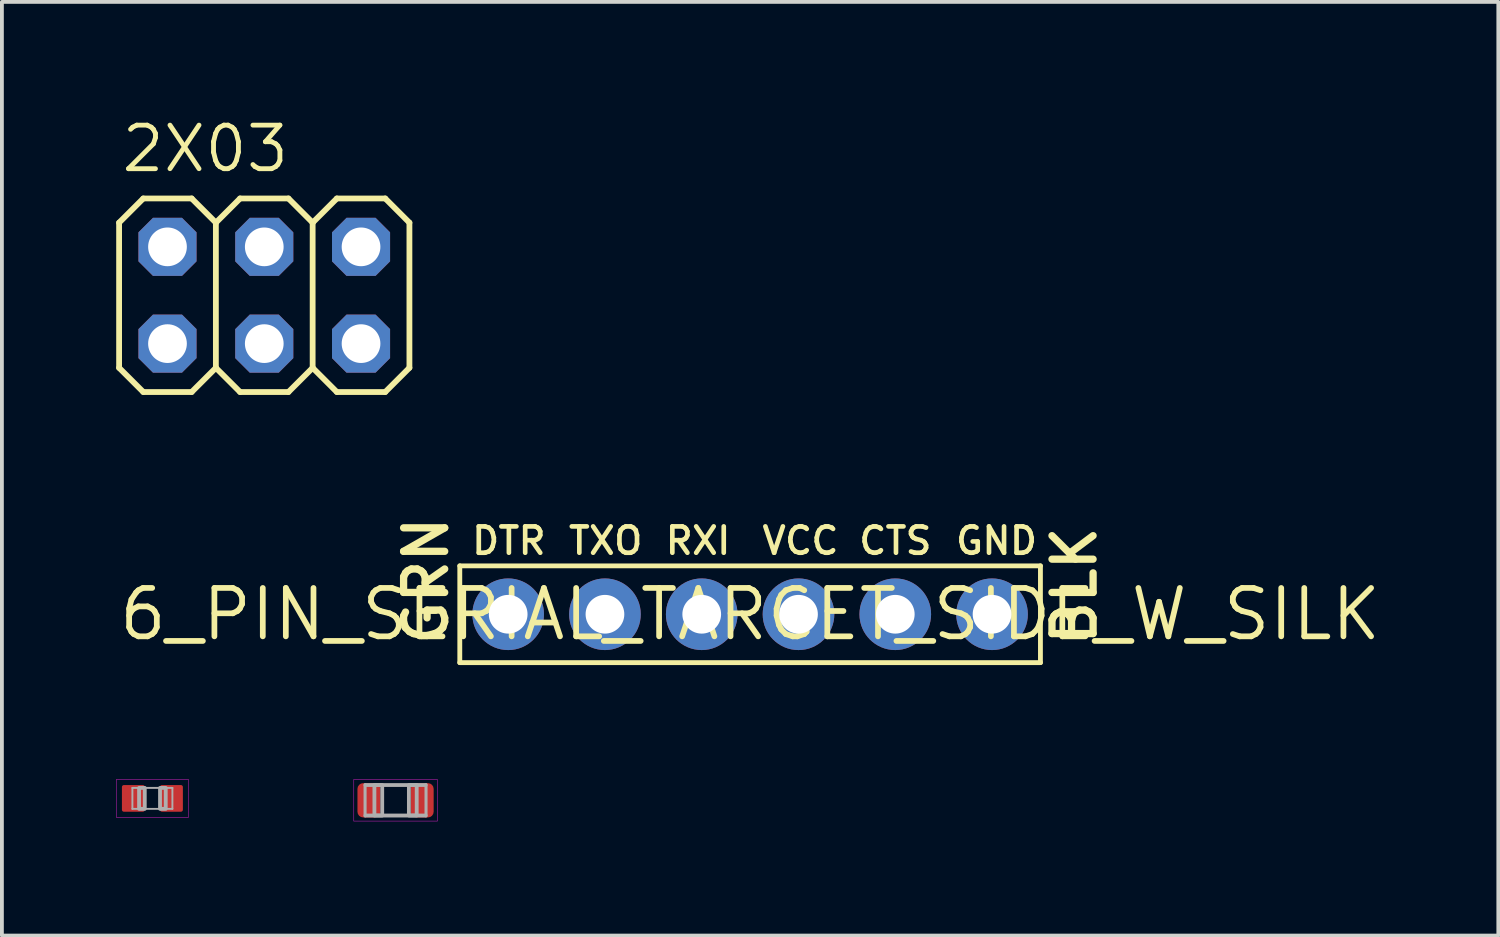
<source format=kicad_pcb>
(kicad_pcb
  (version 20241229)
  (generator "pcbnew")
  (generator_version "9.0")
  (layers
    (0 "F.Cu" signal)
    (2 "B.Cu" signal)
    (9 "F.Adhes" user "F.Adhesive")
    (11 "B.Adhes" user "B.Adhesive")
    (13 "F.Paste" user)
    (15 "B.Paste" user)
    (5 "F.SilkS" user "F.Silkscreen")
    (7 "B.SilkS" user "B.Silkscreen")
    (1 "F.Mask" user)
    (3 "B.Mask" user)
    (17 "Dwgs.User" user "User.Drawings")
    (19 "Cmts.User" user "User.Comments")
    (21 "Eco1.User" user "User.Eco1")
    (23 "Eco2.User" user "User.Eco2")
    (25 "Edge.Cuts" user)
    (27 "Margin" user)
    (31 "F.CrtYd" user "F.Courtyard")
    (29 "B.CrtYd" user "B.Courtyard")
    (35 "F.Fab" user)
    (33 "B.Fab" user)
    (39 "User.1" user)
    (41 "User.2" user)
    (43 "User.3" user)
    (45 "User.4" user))
  (footprint "2X03"
    (layer "F.Cu")
    (at 3.886 4.699)
    (property "Reference" "2X03" (at -3.81 -3.175 0) (layer "F.SilkS") (effects (font (size 1.143 1.143) (thickness 0.127)) (justify left bottom)))
    (fp_line (start -3.81 -1.905) (end -3.175 -2.54) (stroke (width 0.152) (type solid)) (layer "F.SilkS"))
    (fp_line (start -3.81 1.905) (end -3.81 -1.905) (stroke (width 0.152) (type solid)) (layer "F.SilkS"))
    (fp_line (start -3.81 1.905) (end -3.175 2.54) (stroke (width 0.152) (type solid)) (layer "F.SilkS"))
    (fp_line (start -3.175 -2.54) (end -1.905 -2.54) (stroke (width 0.152) (type solid)) (layer "F.SilkS"))
    (fp_line (start -3.175 2.54) (end -1.905 2.54) (stroke (width 0.152) (type solid)) (layer "F.SilkS"))
    (fp_line (start -1.905 -2.54) (end -1.27 -1.905) (stroke (width 0.152) (type solid)) (layer "F.SilkS"))
    (fp_line (start -1.905 2.54) (end -1.27 1.905) (stroke (width 0.152) (type solid)) (layer "F.SilkS"))
    (fp_line (start -1.27 -1.905) (end -1.27 1.905) (stroke (width 0.152) (type solid)) (layer "F.SilkS"))
    (fp_line (start -1.27 -1.905) (end -0.635 -2.54) (stroke (width 0.152) (type solid)) (layer "F.SilkS"))
    (fp_line (start -1.27 1.905) (end -0.635 2.54) (stroke (width 0.152) (type solid)) (layer "F.SilkS"))
    (fp_line (start -0.635 -2.54) (end 0.635 -2.54) (stroke (width 0.152) (type solid)) (layer "F.SilkS"))
    (fp_line (start -0.635 2.54) (end 0.635 2.54) (stroke (width 0.152) (type solid)) (layer "F.SilkS"))
    (fp_line (start 0.635 -2.54) (end 1.27 -1.905) (stroke (width 0.152) (type solid)) (layer "F.SilkS"))
    (fp_line (start 0.635 2.54) (end 1.27 1.905) (stroke (width 0.152) (type solid)) (layer "F.SilkS"))
    (fp_line (start 1.27 -1.905) (end 1.27 1.905) (stroke (width 0.152) (type solid)) (layer "F.SilkS"))
    (fp_line (start 1.27 -1.905) (end 1.905 -2.54) (stroke (width 0.152) (type solid)) (layer "F.SilkS"))
    (fp_line (start 1.27 1.905) (end 1.905 2.54) (stroke (width 0.152) (type solid)) (layer "F.SilkS"))
    (fp_line (start 1.905 -2.54) (end 3.175 -2.54) (stroke (width 0.152) (type solid)) (layer "F.SilkS"))
    (fp_line (start 1.905 2.54) (end 3.175 2.54) (stroke (width 0.152) (type solid)) (layer "F.SilkS"))
    (fp_line (start 3.175 -2.54) (end 3.81 -1.905) (stroke (width 0.152) (type solid)) (layer "F.SilkS"))
    (fp_line (start 3.175 2.54) (end 3.81 1.905) (stroke (width 0.152) (type solid)) (layer "F.SilkS"))
    (fp_line (start 3.81 -1.905) (end 3.81 1.905) (stroke (width 0.152) (type solid)) (layer "F.SilkS"))
    (fp_poly (pts (xy -2.794 -1.016) (xy -2.286 -1.016) (xy -2.286 -1.524) (xy -2.794 -1.524)) (stroke (width 0.1) (type solid)) (fill no) (layer "F.Fab"))
    (fp_poly (pts (xy -2.794 1.524) (xy -2.286 1.524) (xy -2.286 1.016) (xy -2.794 1.016)) (stroke (width 0.1) (type solid)) (fill no) (layer "F.Fab"))
    (fp_poly (pts (xy -0.254 -1.016) (xy 0.254 -1.016) (xy 0.254 -1.524) (xy -0.254 -1.524)) (stroke (width 0.1) (type solid)) (fill no) (layer "F.Fab"))
    (fp_poly (pts (xy -0.254 1.524) (xy 0.254 1.524) (xy 0.254 1.016) (xy -0.254 1.016)) (stroke (width 0.1) (type solid)) (fill no) (layer "F.Fab"))
    (fp_poly (pts (xy 2.286 -1.016) (xy 2.794 -1.016) (xy 2.794 -1.524) (xy 2.286 -1.524)) (stroke (width 0.1) (type solid)) (fill no) (layer "F.Fab"))
    (fp_poly (pts (xy 2.286 1.524) (xy 2.794 1.524) (xy 2.794 1.016) (xy 2.286 1.016)) (stroke (width 0.1) (type solid)) (fill no) (layer "F.Fab"))
    (pad "1" thru_hole roundrect (at -2.54 1.27) (size 1.524 1.524) (drill 1.016) (layers "*.Cu" "*.Mask") (roundrect_rratio 0.25) (chamfer_ratio 0.25) (chamfer top_left top_right bottom_left bottom_right))
    (pad "2" thru_hole roundrect (at -2.54 -1.27) (size 1.524 1.524) (drill 1.016) (layers "*.Cu" "*.Mask") (roundrect_rratio 0.25) (chamfer_ratio 0.25) (chamfer top_left top_right bottom_left bottom_right))
    (pad "3" thru_hole roundrect (at 0 1.27) (size 1.524 1.524) (drill 1.016) (layers "*.Cu" "*.Mask") (roundrect_rratio 0.25) (chamfer_ratio 0.25) (chamfer top_left top_right bottom_left bottom_right))
    (pad "4" thru_hole roundrect (at 0 -1.27) (size 1.524 1.524) (drill 1.016) (layers "*.Cu" "*.Mask") (roundrect_rratio 0.25) (chamfer_ratio 0.25) (chamfer top_left top_right bottom_left bottom_right))
    (pad "5" thru_hole roundrect (at 2.54 1.27) (size 1.524 1.524) (drill 1.016) (layers "*.Cu" "*.Mask") (roundrect_rratio 0.25) (chamfer_ratio 0.25) (chamfer top_left top_right bottom_left bottom_right))
    (pad "6" thru_hole roundrect (at 2.54 -1.27) (size 1.524 1.524) (drill 1.016) (layers "*.Cu" "*.Mask") (roundrect_rratio 0.25) (chamfer_ratio 0.25) (chamfer top_left top_right bottom_left bottom_right)))
  (footprint ".0603-C-NOSILK"
    (layer "F.Cu")
    (at 7.332 17.955)
    (property "Reference" ".0603-C-NOSILK" (at 0 0 0) (layer "F.Mask") (effects (font (size 0.255 0.255) (thickness 0.045)) (justify left bottom)))
    (fp_line (start -0.845 -0.295) (end -0.845 0.295) (stroke (width 0.43) (type solid)) (layer "F.Mask"))
    (fp_line (start -0.8 0.41) (end -0.8 -0.41) (stroke (width 0.08) (type solid)) (layer "F.Mask"))
    (fp_line (start -0.79 -0.4) (end 0.79 -0.4) (stroke (width 0.1) (type solid)) (layer "F.Mask"))
    (fp_line (start -0.555 -0.295) (end -0.845 -0.295) (stroke (width 0.43) (type solid)) (layer "F.Mask"))
    (fp_line (start -0.555 -0.295) (end -0.555 0.295) (stroke (width 0.43) (type solid)) (layer "F.Mask"))
    (fp_line (start -0.555 0.295) (end -0.845 0.295) (stroke (width 0.43) (type solid)) (layer "F.Mask"))
    (fp_line (start 0.555 -0.295) (end 0.555 0.295) (stroke (width 0.43) (type solid)) (layer "F.Mask"))
    (fp_line (start 0.79 0.4) (end -0.79 0.4) (stroke (width 0.1) (type solid)) (layer "F.Mask"))
    (fp_line (start 0.8 -0.41) (end 0.8 0.41) (stroke (width 0.08) (type solid)) (layer "F.Mask"))
    (fp_line (start 0.845 -0.295) (end 0.555 -0.295) (stroke (width 0.43) (type solid)) (layer "F.Mask"))
    (fp_line (start 0.845 -0.295) (end 0.845 0.295) (stroke (width 0.43) (type solid)) (layer "F.Mask"))
    (fp_line (start 0.845 0.295) (end 0.555 0.295) (stroke (width 0.43) (type solid)) (layer "F.Mask"))
    (fp_line (start -1.095 -0.545) (end -1.095 0.545) (stroke (width 0.01) (type solid)) (layer "F.CrtYd"))
    (fp_line (start -1.095 0.545) (end 1.095 0.545) (stroke (width 0.01) (type solid)) (layer "F.CrtYd"))
    (fp_line (start 1.095 -0.545) (end -1.095 -0.545) (stroke (width 0.01) (type solid)) (layer "F.CrtYd"))
    (fp_line (start 1.095 0.545) (end 1.095 -0.545) (stroke (width 0.01) (type solid)) (layer "F.CrtYd"))
    (fp_line (start -0.8 0.41) (end -0.8 -0.41) (stroke (width 0.08) (type solid)) (layer "F.Fab"))
    (fp_line (start -0.79 -0.4) (end 0.79 -0.4) (stroke (width 0.1) (type solid)) (layer "F.Fab"))
    (fp_line (start 0.79 0.4) (end -0.79 0.4) (stroke (width 0.1) (type solid)) (layer "F.Fab"))
    (fp_line (start 0.8 -0.41) (end 0.8 0.41) (stroke (width 0.08) (type solid)) (layer "F.Fab"))
    (fp_poly (pts (xy -0.555 0.4) (xy -0.35 0.4) (xy -0.35 -0.4) (xy -0.555 -0.4)) (stroke (width 0.1) (type solid)) (fill no) (layer "F.Fab"))
    (fp_poly (pts (xy 0.35 0.4) (xy 0.555 0.4) (xy 0.555 -0.4) (xy 0.35 -0.4)) (stroke (width 0.1) (type solid)) (fill no) (layer "F.Fab"))
    (pad "1" smd roundrect (at -0.7 0) (size 0.6 0.9) (layers "F.Cu" "F.Paste") (roundrect_rratio 0.25))
    (pad "2" smd roundrect (at 0.7 0) (size 0.6 0.9) (layers "F.Cu" "F.Paste") (roundrect_rratio 0.25)))
  (footprint "6_PIN_SERIAL_TARGET_SIDE_W_SILK"
    (layer "F.Cu")
    (at 16.638 13.072)
    (property "Reference" "6_PIN_SERIAL_TARGET_SIDE_W_SILK" (at 0 0 0) (layer "F.SilkS") (effects (font (size 1.27 1.27) (thickness 0.15))))
    (fp_line (start -7.62 -1.27) (end 7.62 -1.27) (stroke (width 0.127) (type solid)) (layer "F.SilkS"))
    (fp_line (start -7.62 1.27) (end -7.62 -1.27) (stroke (width 0.127) (type solid)) (layer "F.SilkS"))
    (fp_line (start 7.62 -1.27) (end 7.62 1.27) (stroke (width 0.127) (type solid)) (layer "F.SilkS"))
    (fp_line (start 7.62 1.27) (end -7.62 1.27) (stroke (width 0.127) (type solid)) (layer "F.SilkS"))
    (fp_text user "CTS" (at 2.794 -1.524 0) (layer "F.SilkS") (effects (font (size 0.691 0.691) (thickness 0.122)) (justify left bottom)))
    (fp_text user "TXO" (at -4.826 -1.524 0) (layer "F.SilkS") (effects (font (size 0.691 0.691) (thickness 0.122)) (justify left bottom)))
    (fp_text user "RXI" (at -2.286 -1.524 0) (layer "F.SilkS") (effects (font (size 0.691 0.691) (thickness 0.122)) (justify left bottom)))
    (fp_text user "DTR" (at -7.366 -1.524 0) (layer "F.SilkS") (effects (font (size 0.691 0.691) (thickness 0.122)) (justify left bottom)))
    (fp_text user "GND" (at 5.334 -1.524 0) (layer "F.SilkS") (effects (font (size 0.691 0.691) (thickness 0.122)) (justify left bottom)))
    (fp_text user "GRN" (at -7.874 0.889 90) (layer "F.SilkS") (effects (font (size 1.079 1.079) (thickness 0.191)) (justify left bottom)))
    (fp_text user "BLK" (at 9.144 0.889 90) (layer "F.SilkS") (effects (font (size 1.079 1.079) (thickness 0.191)) (justify left bottom)))
    (fp_text user "VCC" (at 0.254 -1.524 0) (layer "F.SilkS") (effects (font (size 0.691 0.691) (thickness 0.122)) (justify left bottom)))
    (pad "P$1" thru_hole circle (at -6.35 0) (size 1.88 1.88) (drill 1.016) (layers "*.Cu" "*.Mask"))
    (pad "P$2" thru_hole circle (at -3.81 0) (size 1.88 1.88) (drill 1.016) (layers "*.Cu" "*.Mask"))
    (pad "P$3" thru_hole circle (at -1.27 0) (size 1.88 1.88) (drill 1.016) (layers "*.Cu" "*.Mask"))
    (pad "P$4" thru_hole circle (at 1.27 0) (size 1.88 1.88) (drill 1.016) (layers "*.Cu" "*.Mask"))
    (pad "P$5" thru_hole circle (at 3.81 0) (size 1.88 1.88) (drill 1.016) (layers "*.Cu" "*.Mask"))
    (pad "P$6" thru_hole circle (at 6.35 0) (size 1.88 1.88) (drill 1.016) (layers "*.Cu" "*.Mask")))
  (footprint ".0402-B-NOSILK"
    (layer "F.Cu")
    (at 0.95 17.905)
    (property "Reference" ".0402-B-NOSILK" (at 0 0 0) (layer "F.Mask") (effects (font (size 0.17 0.17) (thickness 0.03)) (justify left bottom)))
    (fp_line (start -0.525 -0.275) (end 0.525 -0.275) (stroke (width 0.05) (type solid)) (layer "F.Mask"))
    (fp_line (start -0.525 0.275) (end -0.525 -0.275) (stroke (width 0.05) (type solid)) (layer "F.Mask"))
    (fp_line (start 0.525 -0.275) (end 0.525 0.275) (stroke (width 0.05) (type solid)) (layer "F.Mask"))
    (fp_line (start 0.525 0.275) (end -0.525 0.275) (stroke (width 0.05) (type solid)) (layer "F.Mask"))
    (fp_poly (pts (xy -0.86 0.41) (xy -0.14 0.41) (xy -0.14 -0.41) (xy -0.86 -0.41)) (stroke (width 0.1) (type solid)) (fill no) (layer "F.Mask"))
    (fp_poly (pts (xy 0.14 0.41) (xy 0.86 0.41) (xy 0.86 -0.41) (xy 0.14 -0.41)) (stroke (width 0.1) (type solid)) (fill no) (layer "F.Mask"))
    (fp_line (start -0.945 -0.495) (end -0.945 0.495) (stroke (width 0.01) (type solid)) (layer "F.CrtYd"))
    (fp_line (start -0.945 0.495) (end 0.945 0.495) (stroke (width 0.01) (type solid)) (layer "F.CrtYd"))
    (fp_line (start 0.945 -0.495) (end -0.945 -0.495) (stroke (width 0.01) (type solid)) (layer "F.CrtYd"))
    (fp_line (start 0.945 0.495) (end 0.945 -0.495) (stroke (width 0.01) (type solid)) (layer "F.CrtYd"))
    (fp_line (start -0.525 -0.275) (end 0.525 -0.275) (stroke (width 0.05) (type solid)) (layer "F.Fab"))
    (fp_line (start -0.525 0.275) (end -0.525 -0.275) (stroke (width 0.05) (type solid)) (layer "F.Fab"))
    (fp_line (start 0.525 -0.275) (end 0.525 0.275) (stroke (width 0.05) (type solid)) (layer "F.Fab"))
    (fp_line (start 0.525 0.275) (end -0.525 0.275) (stroke (width 0.05) (type solid)) (layer "F.Fab"))
    (fp_poly (pts (xy -0.35 0.275) (xy -0.2 0.275) (xy -0.2 -0.275) (xy -0.35 -0.275)) (stroke (width 0.1) (type solid)) (fill no) (layer "F.Fab"))
    (fp_poly (pts (xy 0.2 0.275) (xy 0.35 0.275) (xy 0.35 -0.275) (xy 0.2 -0.275)) (stroke (width 0.1) (type solid)) (fill no) (layer "F.Fab"))
    (pad "1" smd roundrect (at -0.5 0) (size 0.6 0.7) (layers "F.Cu" "F.Paste") (roundrect_rratio 0.085))
    (pad "2" smd roundrect (at 0.5 0) (size 0.6 0.7) (layers "F.Cu" "F.Paste") (roundrect_rratio 0.085)))
  (gr_rect
    (start -3 -3)
    (end 36.276 21.505)
    (stroke (width 0.1) (type default))
    (fill no)
    (layer "Edge.Cuts")))
</source>
